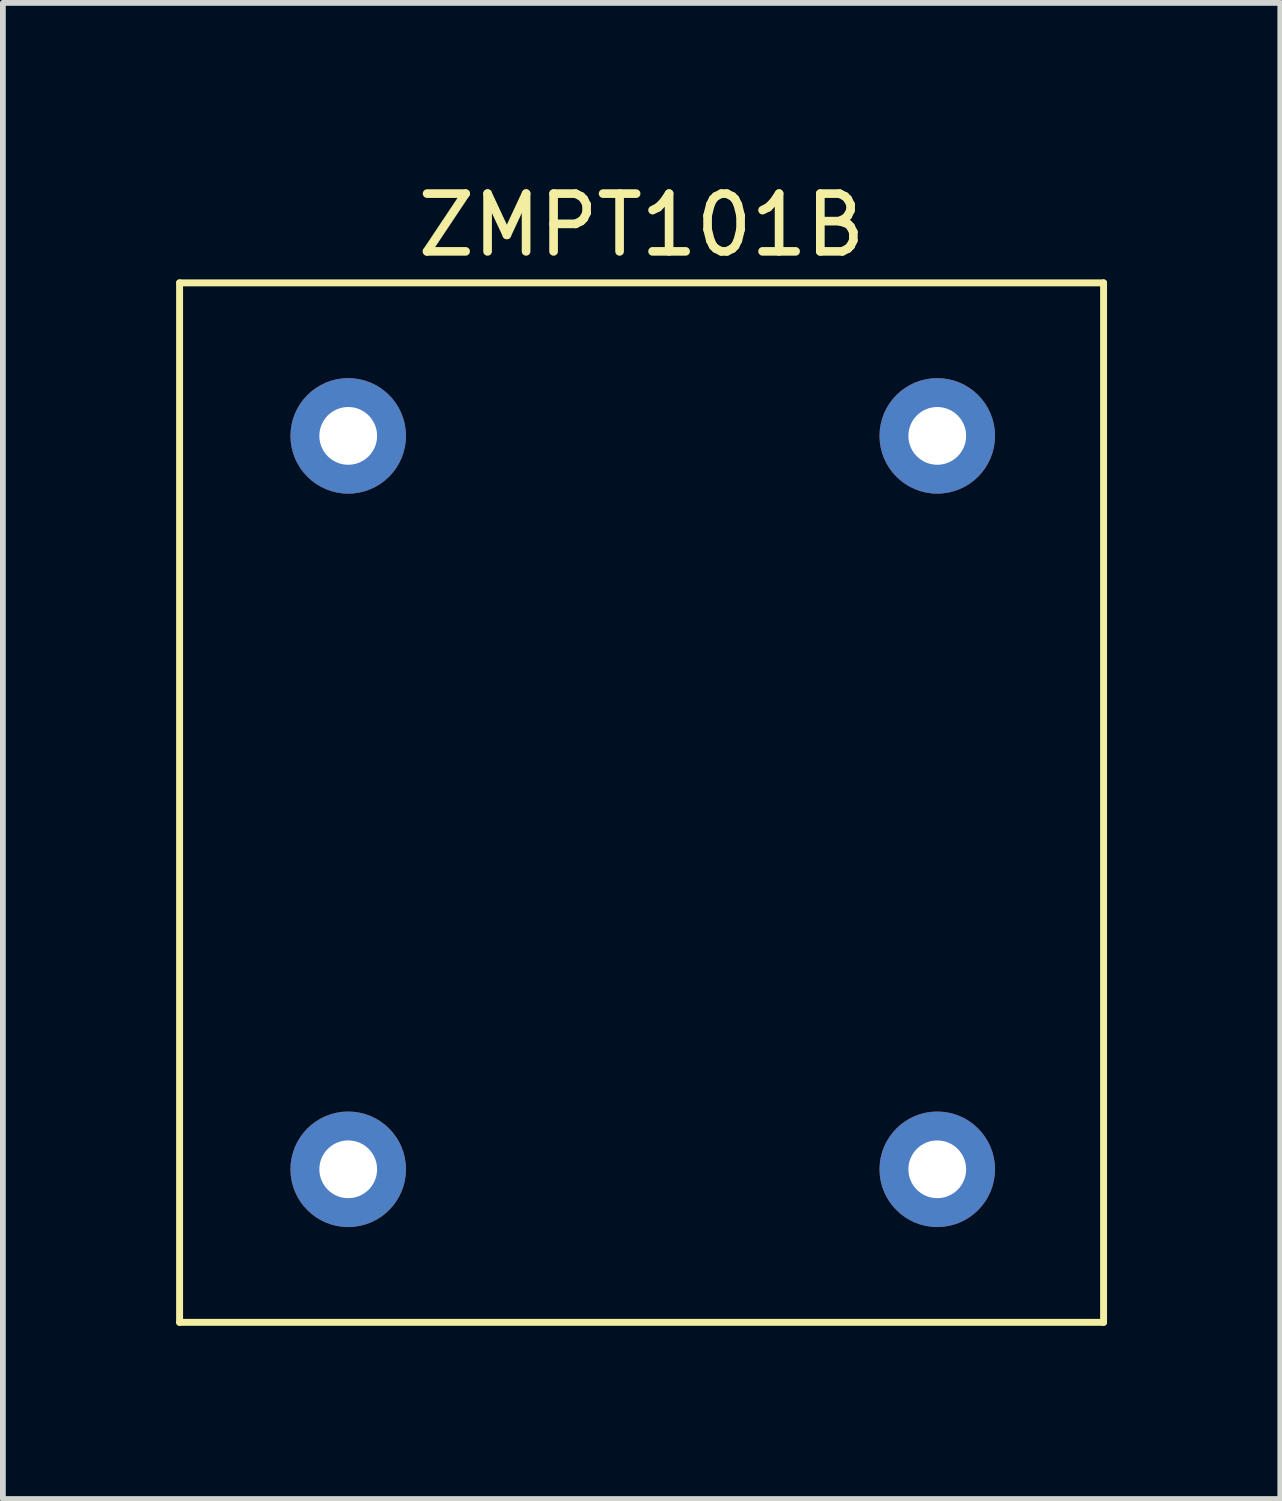
<source format=kicad_pcb>
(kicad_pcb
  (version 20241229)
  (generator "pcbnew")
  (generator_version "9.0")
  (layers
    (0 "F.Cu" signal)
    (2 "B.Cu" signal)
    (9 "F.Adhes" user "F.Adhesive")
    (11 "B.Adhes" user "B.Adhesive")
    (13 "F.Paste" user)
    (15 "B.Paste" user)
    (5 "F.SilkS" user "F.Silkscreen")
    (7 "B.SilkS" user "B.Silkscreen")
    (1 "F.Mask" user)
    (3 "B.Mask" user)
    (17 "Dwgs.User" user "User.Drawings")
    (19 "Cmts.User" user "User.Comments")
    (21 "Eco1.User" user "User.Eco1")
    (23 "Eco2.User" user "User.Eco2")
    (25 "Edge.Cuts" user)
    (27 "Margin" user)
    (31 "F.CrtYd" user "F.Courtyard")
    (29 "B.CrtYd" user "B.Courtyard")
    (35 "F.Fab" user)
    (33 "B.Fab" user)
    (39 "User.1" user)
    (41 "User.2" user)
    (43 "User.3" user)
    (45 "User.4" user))
  (footprint "ZMPT101B"
    (layer "F.Cu")
    (at 8.06 10.848)
    (property "Reference" "ZMPT101B" (at 0 -10 0) (layer "F.SilkS") (effects (font (size 1 1) (thickness 0.15))))
    (attr through_hole)
    (fp_line (start -8 -9) (end -8 9) (stroke (width 0.12) (type solid)) (layer "F.SilkS"))
    (fp_line (start -8 9) (end 8 9) (stroke (width 0.12) (type solid)) (layer "F.SilkS"))
    (fp_line (start 8 -9) (end -8 -9) (stroke (width 0.12) (type solid)) (layer "F.SilkS"))
    (fp_line (start 8 9) (end 8 -9) (stroke (width 0.12) (type solid)) (layer "F.SilkS"))
    (pad "1" thru_hole circle (at -5.08 -6.35) (size 2 2) (drill 1) (layers "*.Cu" "*.Mask"))
    (pad "2" thru_hole circle (at -5.08 6.35) (size 2 2) (drill 1) (layers "*.Cu" "*.Mask"))
    (pad "3" thru_hole circle (at 5.12 6.35) (size 2 2) (drill 1) (layers "*.Cu" "*.Mask"))
    (pad "4" thru_hole circle (at 5.12 -6.35) (size 2 2) (drill 1) (layers "*.Cu" "*.Mask")))
  (gr_rect
    (start -3 -3)
    (end 19.12 22.908)
    (stroke (width 0.1) (type default))
    (fill no)
    (layer "Edge.Cuts")))
</source>
